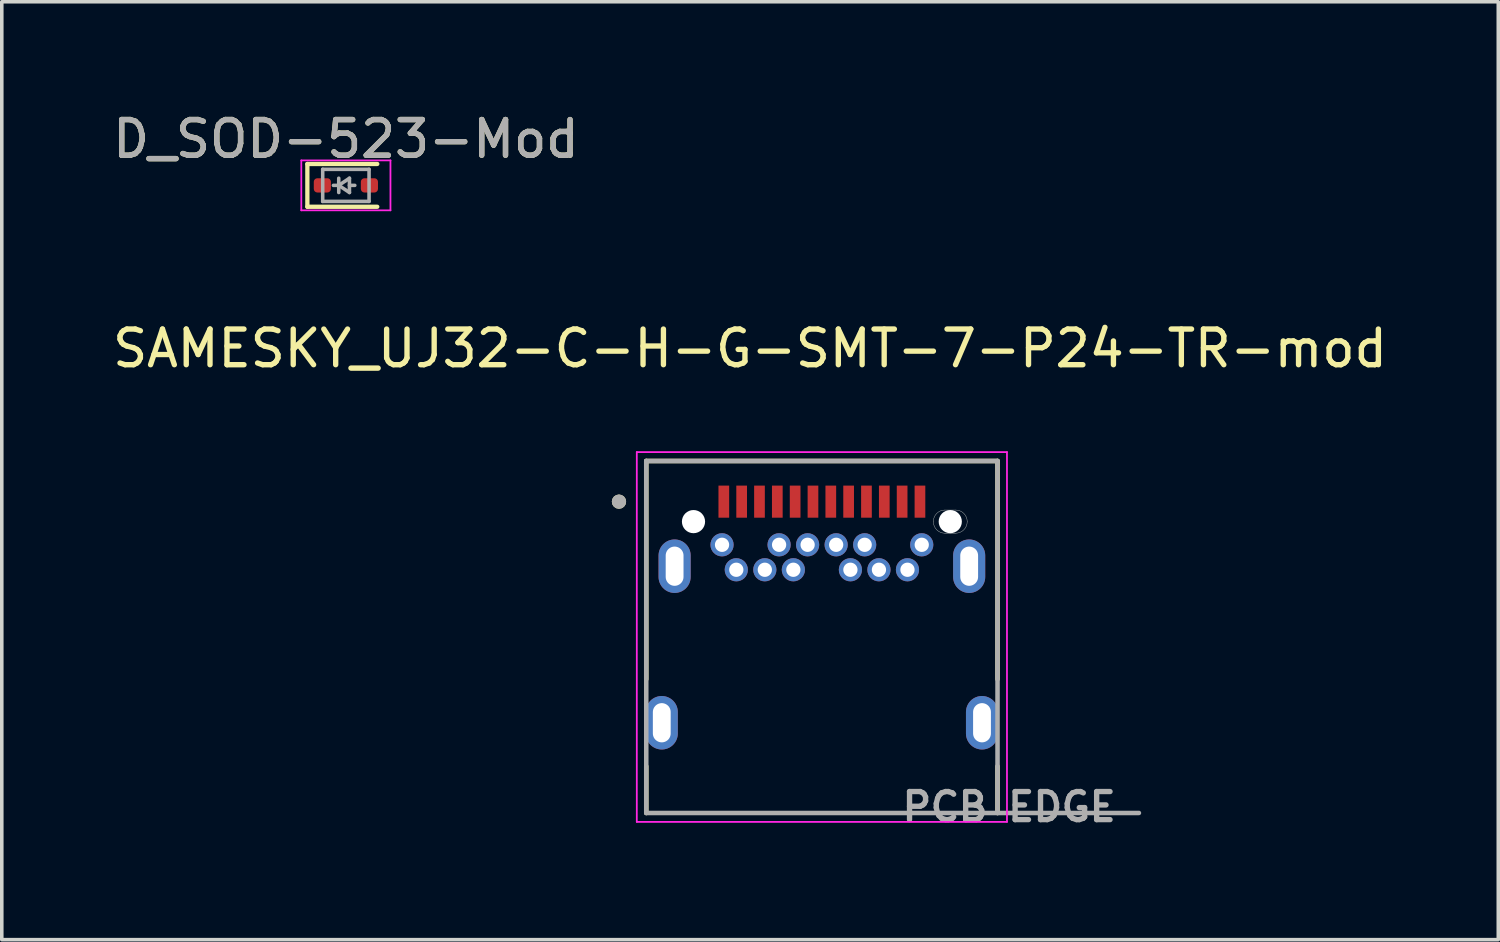
<source format=kicad_pcb>
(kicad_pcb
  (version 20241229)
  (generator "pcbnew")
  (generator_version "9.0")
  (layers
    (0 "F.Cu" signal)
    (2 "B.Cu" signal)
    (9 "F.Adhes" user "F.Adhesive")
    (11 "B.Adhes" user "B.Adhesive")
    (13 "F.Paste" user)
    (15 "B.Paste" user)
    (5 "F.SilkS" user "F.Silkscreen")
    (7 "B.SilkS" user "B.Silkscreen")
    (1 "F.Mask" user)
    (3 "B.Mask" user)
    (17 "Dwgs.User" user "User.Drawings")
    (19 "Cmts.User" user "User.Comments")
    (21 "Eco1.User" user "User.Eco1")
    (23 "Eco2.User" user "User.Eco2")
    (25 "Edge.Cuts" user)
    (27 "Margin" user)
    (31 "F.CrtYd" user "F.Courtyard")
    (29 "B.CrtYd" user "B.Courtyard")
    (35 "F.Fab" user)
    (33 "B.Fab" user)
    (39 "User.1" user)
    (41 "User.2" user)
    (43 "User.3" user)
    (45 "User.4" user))
  (footprint "D_SOD-523-Mod"
    (layer "F.Cu")
    (at 6.649 2.148)
    (property "Reference" "D_SOD-523-Mod" (at 0 -1.3 0) (layer "F.SilkS") (effects (font (size 1 1) (thickness 0.15))))
    (attr smd)
    (fp_line (start -1.08 -0.6) (end -1.08 0.6) (stroke (width 0.12) (type solid)) (layer "F.SilkS"))
    (fp_line (start 0.88 -0.6) (end -1.08 -0.6) (stroke (width 0.12) (type solid)) (layer "F.SilkS"))
    (fp_line (start 0.88 0.6) (end -1.08 0.6) (stroke (width 0.12) (type solid)) (layer "F.SilkS"))
    (fp_line (start -1.25 -0.7) (end 1.25 -0.7) (stroke (width 0.05) (type solid)) (layer "F.CrtYd"))
    (fp_line (start -1.25 0.7) (end -1.25 -0.7) (stroke (width 0.05) (type solid)) (layer "F.CrtYd"))
    (fp_line (start 1.25 -0.7) (end 1.25 0.7) (stroke (width 0.05) (type solid)) (layer "F.CrtYd"))
    (fp_line (start 1.25 0.7) (end -1.25 0.7) (stroke (width 0.05) (type solid)) (layer "F.CrtYd"))
    (fp_line (start -0.65 -0.45) (end 0.65 -0.45) (stroke (width 0.1) (type solid)) (layer "F.Fab"))
    (fp_line (start -0.65 0.45) (end -0.65 -0.45) (stroke (width 0.1) (type solid)) (layer "F.Fab"))
    (fp_line (start -0.2 0) (end -0.35 0) (stroke (width 0.1) (type solid)) (layer "F.Fab"))
    (fp_line (start -0.2 0) (end 0.1 0.2) (stroke (width 0.1) (type solid)) (layer "F.Fab"))
    (fp_line (start -0.2 0.2) (end -0.2 -0.2) (stroke (width 0.1) (type solid)) (layer "F.Fab"))
    (fp_line (start 0.1 -0.2) (end -0.2 0) (stroke (width 0.1) (type solid)) (layer "F.Fab"))
    (fp_line (start 0.1 0) (end 0.25 0) (stroke (width 0.1) (type solid)) (layer "F.Fab"))
    (fp_line (start 0.1 0.2) (end 0.1 -0.2) (stroke (width 0.1) (type solid)) (layer "F.Fab"))
    (fp_line (start 0.65 -0.45) (end 0.65 0.45) (stroke (width 0.1) (type solid)) (layer "F.Fab"))
    (fp_line (start 0.65 0.45) (end -0.65 0.45) (stroke (width 0.1) (type solid)) (layer "F.Fab"))
    (fp_text user "${REFERENCE}" (at 0 -1.3 0) (layer "F.Fab") (effects (font (size 1 1) (thickness 0.15))))
    (pad "1" smd roundrect (at -0.66 0 180) (size 0.48 0.4) (layers "F.Cu" "F.Mask" "F.Paste") (roundrect_rratio 0.25))
    (pad "2" smd roundrect (at 0.66 0 180) (size 0.48 0.4) (layers "F.Cu" "F.Mask" "F.Paste") (roundrect_rratio 0.25)))
  (footprint "SAMESKY_UJ32-C-H-G-SMT-7-P24-TR-mod"
    (layer "F.Cu")
    (at 19.997 14.812)
    (property "Reference" "SAMESKY_UJ32-C-H-G-SMT-7-P24-TR-mod" (at -2.015 -8.09 0) (layer "F.SilkS") (effects (font (size 1 1) (thickness 0.15))))
    (attr through_hole)
    (fp_poly (pts (xy 3.75 -3.66) (xy 3.45 -3.66) (xy 3.428 -3.659) (xy 3.406 -3.658) (xy 3.384 -3.655) (xy 3.362 -3.651) (xy 3.34 -3.646) (xy 3.319 -3.639) (xy 3.298 -3.632) (xy 3.277 -3.623) (xy 3.257 -3.614) (xy 3.238 -3.603) (xy 3.219 -3.591) (xy 3.2 -3.579) (xy 3.183 -3.565) (xy 3.166 -3.551) (xy 3.149 -3.536) (xy 3.134 -3.519) (xy 3.12 -3.502) (xy 3.106 -3.485) (xy 3.094 -3.466) (xy 3.082 -3.447) (xy 3.071 -3.428) (xy 3.062 -3.408) (xy 3.053 -3.387) (xy 3.046 -3.366) (xy 3.039 -3.345) (xy 3.034 -3.323) (xy 3.03 -3.301) (xy 3.027 -3.279) (xy 3.026 -3.257) (xy 3.025 -3.235) (xy 3.026 -3.213) (xy 3.027 -3.191) (xy 3.03 -3.169) (xy 3.034 -3.147) (xy 3.039 -3.125) (xy 3.046 -3.104) (xy 3.053 -3.083) (xy 3.062 -3.062) (xy 3.071 -3.042) (xy 3.082 -3.023) (xy 3.094 -3.004) (xy 3.106 -2.985) (xy 3.12 -2.968) (xy 3.134 -2.951) (xy 3.149 -2.934) (xy 3.166 -2.919) (xy 3.183 -2.905) (xy 3.2 -2.891) (xy 3.219 -2.879) (xy 3.237 -2.867) (xy 3.257 -2.856) (xy 3.277 -2.847) (xy 3.298 -2.838) (xy 3.319 -2.831) (xy 3.34 -2.824) (xy 3.362 -2.819) (xy 3.384 -2.815) (xy 3.406 -2.812) (xy 3.428 -2.811) (xy 3.45 -2.81) (xy 3.75 -2.81) (xy 3.772 -2.811) (xy 3.794 -2.812) (xy 3.816 -2.815) (xy 3.838 -2.819) (xy 3.86 -2.824) (xy 3.881 -2.831) (xy 3.902 -2.838) (xy 3.923 -2.847) (xy 3.943 -2.856) (xy 3.962 -2.867) (xy 3.981 -2.879) (xy 4 -2.891) (xy 4.017 -2.905) (xy 4.034 -2.919) (xy 4.051 -2.934) (xy 4.066 -2.951) (xy 4.08 -2.968) (xy 4.094 -2.985) (xy 4.106 -3.004) (xy 4.118 -3.022) (xy 4.129 -3.042) (xy 4.138 -3.062) (xy 4.147 -3.083) (xy 4.154 -3.104) (xy 4.161 -3.125) (xy 4.166 -3.147) (xy 4.17 -3.169) (xy 4.173 -3.191) (xy 4.174 -3.213) (xy 4.175 -3.235) (xy 4.174 -3.257) (xy 4.173 -3.279) (xy 4.17 -3.301) (xy 4.166 -3.323) (xy 4.161 -3.345) (xy 4.154 -3.366) (xy 4.147 -3.387) (xy 4.138 -3.408) (xy 4.129 -3.428) (xy 4.118 -3.447) (xy 4.106 -3.466) (xy 4.094 -3.485) (xy 4.08 -3.502) (xy 4.066 -3.519) (xy 4.051 -3.536) (xy 4.034 -3.551) (xy 4.017 -3.565) (xy 4 -3.579) (xy 3.981 -3.591) (xy 3.962 -3.603) (xy 3.943 -3.614) (xy 3.923 -3.623) (xy 3.902 -3.632) (xy 3.881 -3.639) (xy 3.86 -3.646) (xy 3.838 -3.651) (xy 3.816 -3.655) (xy 3.794 -3.658) (xy 3.772 -3.659) (xy 3.75 -3.66)) (stroke (width 0.01) (type solid)) (fill yes) (layer "F.Mask"))
    (fp_poly (pts (xy 3.75 -3.66) (xy 3.45 -3.66) (xy 3.428 -3.659) (xy 3.406 -3.658) (xy 3.384 -3.655) (xy 3.362 -3.651) (xy 3.34 -3.646) (xy 3.319 -3.639) (xy 3.298 -3.632) (xy 3.277 -3.623) (xy 3.257 -3.614) (xy 3.238 -3.603) (xy 3.219 -3.591) (xy 3.2 -3.579) (xy 3.183 -3.565) (xy 3.166 -3.551) (xy 3.149 -3.536) (xy 3.134 -3.519) (xy 3.12 -3.502) (xy 3.106 -3.485) (xy 3.094 -3.466) (xy 3.082 -3.447) (xy 3.071 -3.428) (xy 3.062 -3.408) (xy 3.053 -3.387) (xy 3.046 -3.366) (xy 3.039 -3.345) (xy 3.034 -3.323) (xy 3.03 -3.301) (xy 3.027 -3.279) (xy 3.026 -3.257) (xy 3.025 -3.235) (xy 3.026 -3.213) (xy 3.027 -3.191) (xy 3.03 -3.169) (xy 3.034 -3.147) (xy 3.039 -3.125) (xy 3.046 -3.104) (xy 3.053 -3.083) (xy 3.062 -3.062) (xy 3.071 -3.042) (xy 3.082 -3.023) (xy 3.094 -3.004) (xy 3.106 -2.985) (xy 3.12 -2.968) (xy 3.134 -2.951) (xy 3.149 -2.934) (xy 3.166 -2.919) (xy 3.183 -2.905) (xy 3.2 -2.891) (xy 3.219 -2.879) (xy 3.237 -2.867) (xy 3.257 -2.856) (xy 3.277 -2.847) (xy 3.298 -2.838) (xy 3.319 -2.831) (xy 3.34 -2.824) (xy 3.362 -2.819) (xy 3.384 -2.815) (xy 3.406 -2.812) (xy 3.428 -2.811) (xy 3.45 -2.81) (xy 3.75 -2.81) (xy 3.772 -2.811) (xy 3.794 -2.812) (xy 3.816 -2.815) (xy 3.838 -2.819) (xy 3.86 -2.824) (xy 3.881 -2.831) (xy 3.902 -2.838) (xy 3.923 -2.847) (xy 3.943 -2.856) (xy 3.962 -2.867) (xy 3.981 -2.879) (xy 4 -2.891) (xy 4.017 -2.905) (xy 4.034 -2.919) (xy 4.051 -2.934) (xy 4.066 -2.951) (xy 4.08 -2.968) (xy 4.094 -2.985) (xy 4.106 -3.004) (xy 4.118 -3.022) (xy 4.129 -3.042) (xy 4.138 -3.062) (xy 4.147 -3.083) (xy 4.154 -3.104) (xy 4.161 -3.125) (xy 4.166 -3.147) (xy 4.17 -3.169) (xy 4.173 -3.191) (xy 4.174 -3.213) (xy 4.175 -3.235) (xy 4.174 -3.257) (xy 4.173 -3.279) (xy 4.17 -3.301) (xy 4.166 -3.323) (xy 4.161 -3.345) (xy 4.154 -3.366) (xy 4.147 -3.387) (xy 4.138 -3.408) (xy 4.129 -3.428) (xy 4.118 -3.447) (xy 4.106 -3.466) (xy 4.094 -3.485) (xy 4.08 -3.502) (xy 4.066 -3.519) (xy 4.051 -3.536) (xy 4.034 -3.551) (xy 4.017 -3.565) (xy 4 -3.579) (xy 3.981 -3.591) (xy 3.962 -3.603) (xy 3.943 -3.614) (xy 3.923 -3.623) (xy 3.902 -3.632) (xy 3.881 -3.639) (xy 3.86 -3.646) (xy 3.838 -3.651) (xy 3.816 -3.655) (xy 3.794 -3.658) (xy 3.772 -3.659) (xy 3.75 -3.66)) (stroke (width 0.01) (type solid)) (fill yes) (layer "B.Mask"))
    (fp_line (start -4.925 -4.935) (end -4.925 1.185) (stroke (width 0.127) (type solid)) (layer "F.SilkS"))
    (fp_line (start -4.925 4.935) (end -4.925 3.625) (stroke (width 0.127) (type solid)) (layer "F.SilkS"))
    (fp_line (start 4.925 -4.935) (end -4.925 -4.935) (stroke (width 0.127) (type solid)) (layer "F.SilkS"))
    (fp_line (start 4.925 1.185) (end 4.925 -4.935) (stroke (width 0.127) (type solid)) (layer "F.SilkS"))
    (fp_line (start 4.925 4.935) (end 4.925 3.625) (stroke (width 0.127) (type solid)) (layer "F.SilkS"))
    (fp_circle (center -5.69 -3.795) (end -5.59 -3.795) (stroke (width 0.2) (type solid)) (fill no) (layer "F.SilkS"))
    (fp_line (start 3.45 -2.91) (end 3.75 -2.91) (stroke (width 0.01) (type solid)) (layer "Edge.Cuts"))
    (fp_line (start 3.75 -3.56) (end 3.45 -3.56) (stroke (width 0.01) (type solid)) (layer "Edge.Cuts"))
    (fp_arc (start 3.125 -3.235) (mid 3.22019 -3.46481) (end 3.45 -3.56) (stroke (width 0.01) (type solid)) (layer "Edge.Cuts"))
    (fp_arc (start 3.45 -2.91) (mid 3.22019 -3.00519) (end 3.125 -3.235) (stroke (width 0.01) (type solid)) (layer "Edge.Cuts"))
    (fp_arc (start 3.75 -3.56) (mid 3.97981 -3.46481) (end 4.075 -3.235) (stroke (width 0.01) (type solid)) (layer "Edge.Cuts"))
    (fp_arc (start 4.075 -3.235) (mid 3.97981 -3.00519) (end 3.75 -2.91) (stroke (width 0.01) (type solid)) (layer "Edge.Cuts"))
    (fp_line (start -5.19 -5.185) (end -5.19 5.185) (stroke (width 0.05) (type solid)) (layer "F.CrtYd"))
    (fp_line (start -5.19 5.185) (end 5.19 5.185) (stroke (width 0.05) (type solid)) (layer "F.CrtYd"))
    (fp_line (start 5.19 -5.185) (end -5.19 -5.185) (stroke (width 0.05) (type solid)) (layer "F.CrtYd"))
    (fp_line (start 5.19 5.185) (end 5.19 -5.185) (stroke (width 0.05) (type solid)) (layer "F.CrtYd"))
    (fp_line (start -4.925 -4.935) (end -4.925 4.935) (stroke (width 0.127) (type solid)) (layer "F.Fab"))
    (fp_line (start -4.925 4.935) (end 4.925 4.935) (stroke (width 0.127) (type solid)) (layer "F.Fab"))
    (fp_line (start 4.925 -4.935) (end -4.925 -4.935) (stroke (width 0.127) (type solid)) (layer "F.Fab"))
    (fp_line (start 4.925 4.935) (end 4.925 -4.935) (stroke (width 0.127) (type solid)) (layer "F.Fab"))
    (fp_line (start 4.925 4.935) (end 8.89 4.935) (stroke (width 0.127) (type solid)) (layer "F.Fab"))
    (fp_circle (center -5.69 -3.795) (end -5.59 -3.795) (stroke (width 0.2) (type solid)) (fill no) (layer "F.Fab"))
    (fp_text user "PCB EDGE" (at 5.25 4.765 0) (layer "F.Fab") (effects (font (size 0.787 0.787) (thickness 0.15))))
    (pad "" np_thru_hole circle (at -3.6 -3.235) (size 0.65 0.65) (drill 0.65) (layers "*.Cu" "*.Mask"))
    (pad "" np_thru_hole circle (at 3.6 -3.235) (size 0.65 0.65) (drill 0.65) (layers "*.Cu" "*.Mask"))
    (pad "A1" smd rect (at -2.75 -3.795) (size 0.3 0.9) (layers "F.Cu" "F.Mask" "F.Paste"))
    (pad "A2" smd rect (at -2.25 -3.795) (size 0.3 0.9) (layers "F.Cu" "F.Mask" "F.Paste"))
    (pad "A3" smd rect (at -1.75 -3.795) (size 0.3 0.9) (layers "F.Cu" "F.Mask" "F.Paste"))
    (pad "A4" smd rect (at -1.25 -3.795) (size 0.3 0.9) (layers "F.Cu" "F.Mask" "F.Paste"))
    (pad "A5" smd rect (at -0.75 -3.795) (size 0.3 0.9) (layers "F.Cu" "F.Mask" "F.Paste"))
    (pad "A6" smd rect (at -0.25 -3.795) (size 0.3 0.9) (layers "F.Cu" "F.Mask" "F.Paste"))
    (pad "A7" smd rect (at 0.25 -3.795) (size 0.3 0.9) (layers "F.Cu" "F.Mask" "F.Paste"))
    (pad "A8" smd rect (at 0.75 -3.795) (size 0.3 0.9) (layers "F.Cu" "F.Mask" "F.Paste"))
    (pad "A9" smd rect (at 1.25 -3.795) (size 0.3 0.9) (layers "F.Cu" "F.Mask" "F.Paste"))
    (pad "A10" smd rect (at 1.75 -3.795) (size 0.3 0.9) (layers "F.Cu" "F.Mask" "F.Paste"))
    (pad "A11" smd rect (at 2.25 -3.795) (size 0.3 0.9) (layers "F.Cu" "F.Mask" "F.Paste"))
    (pad "A12" smd rect (at 2.75 -3.795) (size 0.3 0.9) (layers "F.Cu" "F.Mask" "F.Paste"))
    (pad "B1" thru_hole circle (at 2.8 -2.585) (size 0.65 0.65) (drill 0.4) (layers "*.Cu" "*.Mask"))
    (pad "B2" thru_hole circle (at 2.4 -1.885) (size 0.65 0.65) (drill 0.4) (layers "*.Cu" "*.Mask"))
    (pad "B3" thru_hole circle (at 1.6 -1.885) (size 0.65 0.65) (drill 0.4) (layers "*.Cu" "*.Mask"))
    (pad "B4" thru_hole circle (at 1.2 -2.585) (size 0.65 0.65) (drill 0.4) (layers "*.Cu" "*.Mask"))
    (pad "B5" thru_hole circle (at 0.8 -1.885) (size 0.65 0.65) (drill 0.4) (layers "*.Cu" "*.Mask"))
    (pad "B6" thru_hole circle (at 0.4 -2.585) (size 0.65 0.65) (drill 0.4) (layers "*.Cu" "*.Mask"))
    (pad "B7" thru_hole circle (at -0.4 -2.585) (size 0.65 0.65) (drill 0.4) (layers "*.Cu" "*.Mask"))
    (pad "B8" thru_hole circle (at -0.8 -1.885) (size 0.65 0.65) (drill 0.4) (layers "*.Cu" "*.Mask"))
    (pad "B9" thru_hole circle (at -1.2 -2.585) (size 0.65 0.65) (drill 0.4) (layers "*.Cu" "*.Mask"))
    (pad "B10" thru_hole circle (at -1.6 -1.885) (size 0.65 0.65) (drill 0.4) (layers "*.Cu" "*.Mask"))
    (pad "B11" thru_hole circle (at -2.4 -1.885) (size 0.65 0.65) (drill 0.4) (layers "*.Cu" "*.Mask"))
    (pad "B12" thru_hole circle (at -2.8 -2.585) (size 0.65 0.65) (drill 0.4) (layers "*.Cu" "*.Mask"))
    (pad "SH1" thru_hole oval (at -4.13 -1.985) (size 0.9 1.5) (drill oval 0.5 1.1) (layers "*.Cu" "*.Mask"))
    (pad "SH2" thru_hole oval (at 4.13 -1.985) (size 0.9 1.5) (drill oval 0.5 1.1) (layers "*.Cu" "*.Mask"))
    (pad "SH3" thru_hole oval (at -4.49 2.405) (size 0.9 1.5) (drill oval 0.5 1.1) (layers "*.Cu" "*.Mask"))
    (pad "SH4" thru_hole oval (at 4.49 2.405) (size 0.9 1.5) (drill oval 0.5 1.1) (layers "*.Cu" "*.Mask")))
  (gr_rect
    (start -3 -3)
    (end 38.964 23.3)
    (stroke (width 0.1) (type default))
    (fill no)
    (layer "Edge.Cuts")))
</source>
